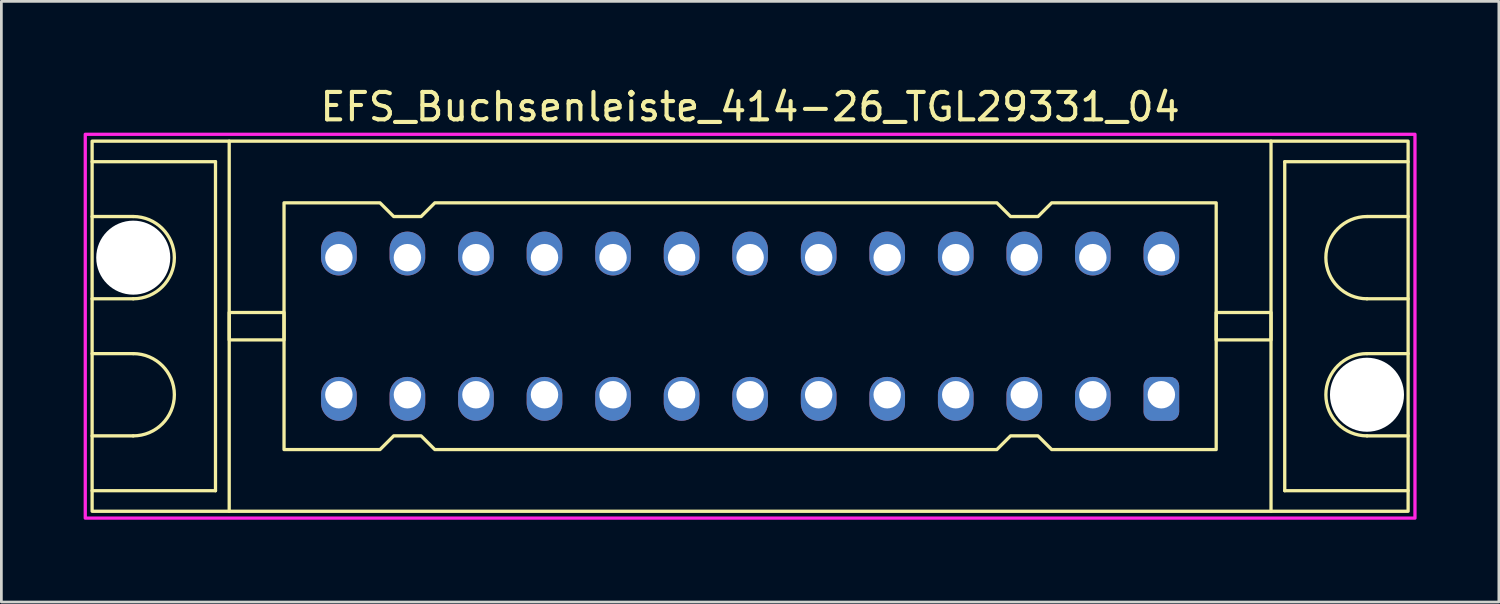
<source format=kicad_pcb>
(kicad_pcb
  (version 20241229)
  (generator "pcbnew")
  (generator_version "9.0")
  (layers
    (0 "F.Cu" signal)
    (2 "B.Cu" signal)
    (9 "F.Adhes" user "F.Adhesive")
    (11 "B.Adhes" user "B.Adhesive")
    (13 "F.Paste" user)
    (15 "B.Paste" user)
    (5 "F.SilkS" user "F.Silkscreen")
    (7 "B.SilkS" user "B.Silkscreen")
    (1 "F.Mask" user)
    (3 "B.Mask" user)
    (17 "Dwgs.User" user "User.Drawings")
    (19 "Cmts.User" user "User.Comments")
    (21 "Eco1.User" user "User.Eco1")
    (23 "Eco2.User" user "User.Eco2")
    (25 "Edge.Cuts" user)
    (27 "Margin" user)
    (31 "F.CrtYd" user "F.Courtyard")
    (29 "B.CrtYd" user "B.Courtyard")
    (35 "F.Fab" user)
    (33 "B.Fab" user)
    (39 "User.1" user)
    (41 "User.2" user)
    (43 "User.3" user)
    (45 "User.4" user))
  (footprint "EFS_Buchsenleiste_414-26_TGL29331_04"
    (layer "F.Cu")
    (at 24.31 8.848)
    (property "Reference" "EFS_Buchsenleiste_414-26_TGL29331_04" (at 0 -8 180) (layer "F.SilkS") (effects (font (size 1 1) (thickness 0.15))))
    (attr through_hole)
    (fp_line (start -24 -6) (end -19.5 -6) (stroke (width 0.12) (type solid)) (layer "F.SilkS"))
    (fp_line (start -22.5 -4) (end -24 -4) (stroke (width 0.12) (type solid)) (layer "F.SilkS"))
    (fp_line (start -22.5 -1) (end -24 -1) (stroke (width 0.12) (type solid)) (layer "F.SilkS"))
    (fp_line (start -22.5 1) (end -24 1) (stroke (width 0.12) (type solid)) (layer "F.SilkS"))
    (fp_line (start -22.5 4) (end -24 4) (stroke (width 0.12) (type solid)) (layer "F.SilkS"))
    (fp_line (start -19.5 -6) (end -19.5 6) (stroke (width 0.12) (type solid)) (layer "F.SilkS"))
    (fp_line (start -19.5 6) (end -24 6) (stroke (width 0.12) (type solid)) (layer "F.SilkS"))
    (fp_line (start -19 6.75) (end -19 -6.75) (stroke (width 0.12) (type solid)) (layer "F.SilkS"))
    (fp_line (start 19 6.75) (end 19 -6.75) (stroke (width 0.12) (type solid)) (layer "F.SilkS"))
    (fp_line (start 19.5 -6) (end 19.5 6) (stroke (width 0.12) (type solid)) (layer "F.SilkS"))
    (fp_line (start 19.5 6) (end 24 6) (stroke (width 0.12) (type solid)) (layer "F.SilkS"))
    (fp_line (start 22.5 -4) (end 24 -4) (stroke (width 0.12) (type solid)) (layer "F.SilkS"))
    (fp_line (start 22.5 -1) (end 24 -1) (stroke (width 0.12) (type solid)) (layer "F.SilkS"))
    (fp_line (start 22.5 1) (end 24 1) (stroke (width 0.12) (type solid)) (layer "F.SilkS"))
    (fp_line (start 22.5 4) (end 24 4) (stroke (width 0.12) (type solid)) (layer "F.SilkS"))
    (fp_line (start 24 -6) (end 19.5 -6) (stroke (width 0.12) (type solid)) (layer "F.SilkS"))
    (fp_rect (start -24 -6.75) (end 24 6.75) (stroke (width 0.12) (type solid)) (fill no) (layer "F.SilkS"))
    (fp_rect (start -19 -0.5) (end -17 0.5) (stroke (width 0.12) (type solid)) (fill no) (layer "F.SilkS"))
    (fp_rect (start 19 -0.5) (end 17 0.5) (stroke (width 0.12) (type solid)) (fill no) (layer "F.SilkS"))
    (fp_arc (start -22.5 -4) (mid -21 -2.5) (end -22.5 -1) (stroke (width 0.12) (type solid)) (layer "F.SilkS"))
    (fp_arc (start -22.5 1) (mid -21 2.5) (end -22.5 4) (stroke (width 0.12) (type solid)) (layer "F.SilkS"))
    (fp_arc (start 22.5 -1) (mid 21 -2.5) (end 22.5 -4) (stroke (width 0.12) (type solid)) (layer "F.SilkS"))
    (fp_arc (start 22.5 4) (mid 21 2.5) (end 22.5 1) (stroke (width 0.12) (type solid)) (layer "F.SilkS"))
    (fp_poly (pts (xy -13 -4) (xy -12 -4) (xy -11.5 -4.5) (xy 9 -4.5) (xy 9.5 -4) (xy 10.5 -4) (xy 11 -4.5) (xy 17 -4.5) (xy 17 4.5) (xy 11 4.5) (xy 10.5 4) (xy 9.5 4) (xy 9 4.5) (xy -11.5 4.5) (xy -12 4) (xy -13 4) (xy -13.5 4.5) (xy -17 4.5) (xy -17 -4.5) (xy -13.5 -4.5)) (stroke (width 0.12) (type solid)) (fill no) (layer "F.SilkS"))
    (fp_rect (start -24.25 -7) (end 24.25 7) (stroke (width 0.12) (type solid)) (fill no) (layer "F.CrtYd"))
    (pad "" np_thru_hole circle (at -22.5 -2.5) (size 2.7 2.7) (drill 2.7) (layers "*.Cu" "*.Mask"))
    (pad "" np_thru_hole circle (at 22.5 2.5) (size 2.7 2.7) (drill 2.7) (layers "*.Cu" "*.Mask"))
    (pad "1a" thru_hole roundrect (at 15 2.5 180) (size 1.3 1.6) (drill 1 (offset 0 -0.15)) (layers "*.Cu" "*.Mask") (roundrect_rratio 0.25))
    (pad "1c" thru_hole oval (at 15 -2.5 180) (size 1.3 1.6) (drill 1 (offset 0 0.15)) (layers "*.Cu" "*.Mask"))
    (pad "2a" thru_hole oval (at 12.5 2.5 180) (size 1.3 1.6) (drill 1 (offset 0 -0.15)) (layers "*.Cu" "*.Mask"))
    (pad "2c" thru_hole oval (at 12.5 -2.5 180) (size 1.3 1.6) (drill 1 (offset 0 0.15)) (layers "*.Cu" "*.Mask"))
    (pad "3a" thru_hole oval (at 10 2.5 180) (size 1.3 1.6) (drill 1 (offset 0 -0.15)) (layers "*.Cu" "*.Mask"))
    (pad "3c" thru_hole oval (at 10 -2.5 180) (size 1.3 1.6) (drill 1 (offset 0 0.15)) (layers "*.Cu" "*.Mask"))
    (pad "4a" thru_hole oval (at 7.5 2.5 180) (size 1.3 1.6) (drill 1 (offset 0 -0.15)) (layers "*.Cu" "*.Mask"))
    (pad "4c" thru_hole oval (at 7.5 -2.5 180) (size 1.3 1.6) (drill 1 (offset 0 0.15)) (layers "*.Cu" "*.Mask"))
    (pad "5a" thru_hole oval (at 5 2.5 180) (size 1.3 1.6) (drill 1 (offset 0 -0.15)) (layers "*.Cu" "*.Mask"))
    (pad "5c" thru_hole oval (at 5 -2.5 180) (size 1.3 1.6) (drill 1 (offset 0 0.15)) (layers "*.Cu" "*.Mask"))
    (pad "6a" thru_hole oval (at 2.5 2.5 180) (size 1.3 1.6) (drill 1 (offset 0 -0.15)) (layers "*.Cu" "*.Mask"))
    (pad "6c" thru_hole oval (at 2.5 -2.5 180) (size 1.3 1.6) (drill 1 (offset 0 0.15)) (layers "*.Cu" "*.Mask"))
    (pad "7a" thru_hole oval (at 0 2.5 180) (size 1.3 1.6) (drill 1 (offset 0 -0.15)) (layers "*.Cu" "*.Mask"))
    (pad "7c" thru_hole oval (at 0 -2.5 180) (size 1.3 1.6) (drill 1 (offset 0 0.15)) (layers "*.Cu" "*.Mask"))
    (pad "8a" thru_hole oval (at -2.5 2.5 180) (size 1.3 1.6) (drill 1 (offset 0 -0.15)) (layers "*.Cu" "*.Mask"))
    (pad "8c" thru_hole oval (at -2.5 -2.5 180) (size 1.3 1.6) (drill 1 (offset 0 0.15)) (layers "*.Cu" "*.Mask"))
    (pad "9a" thru_hole oval (at -5 2.5 180) (size 1.3 1.6) (drill 1 (offset 0 -0.15)) (layers "*.Cu" "*.Mask"))
    (pad "9c" thru_hole oval (at -5 -2.5 180) (size 1.3 1.6) (drill 1 (offset 0 0.15)) (layers "*.Cu" "*.Mask"))
    (pad "10a" thru_hole oval (at -7.5 2.5 180) (size 1.3 1.6) (drill 1 (offset 0 -0.15)) (layers "*.Cu" "*.Mask"))
    (pad "10c" thru_hole oval (at -7.5 -2.5 180) (size 1.3 1.6) (drill 1 (offset 0 0.15)) (layers "*.Cu" "*.Mask"))
    (pad "11a" thru_hole oval (at -10 2.5 180) (size 1.3 1.6) (drill 1 (offset 0 -0.15)) (layers "*.Cu" "*.Mask"))
    (pad "11c" thru_hole oval (at -10 -2.5 180) (size 1.3 1.6) (drill 1 (offset 0 0.15)) (layers "*.Cu" "*.Mask"))
    (pad "12a" thru_hole oval (at -12.5 2.5 180) (size 1.3 1.6) (drill 1 (offset 0 -0.15)) (layers "*.Cu" "*.Mask"))
    (pad "12c" thru_hole oval (at -12.5 -2.5 180) (size 1.3 1.6) (drill 1 (offset 0 0.15)) (layers "*.Cu" "*.Mask"))
    (pad "13a" thru_hole oval (at -15 2.5 180) (size 1.3 1.6) (drill 1 (offset 0 -0.15)) (layers "*.Cu" "*.Mask"))
    (pad "13c" thru_hole oval (at -15 -2.5 180) (size 1.3 1.6) (drill 1 (offset 0 0.15)) (layers "*.Cu" "*.Mask")))
  (gr_rect
    (start -3 -3)
    (end 51.62 18.908)
    (stroke (width 0.1) (type default))
    (fill no)
    (layer "Edge.Cuts")))
</source>
